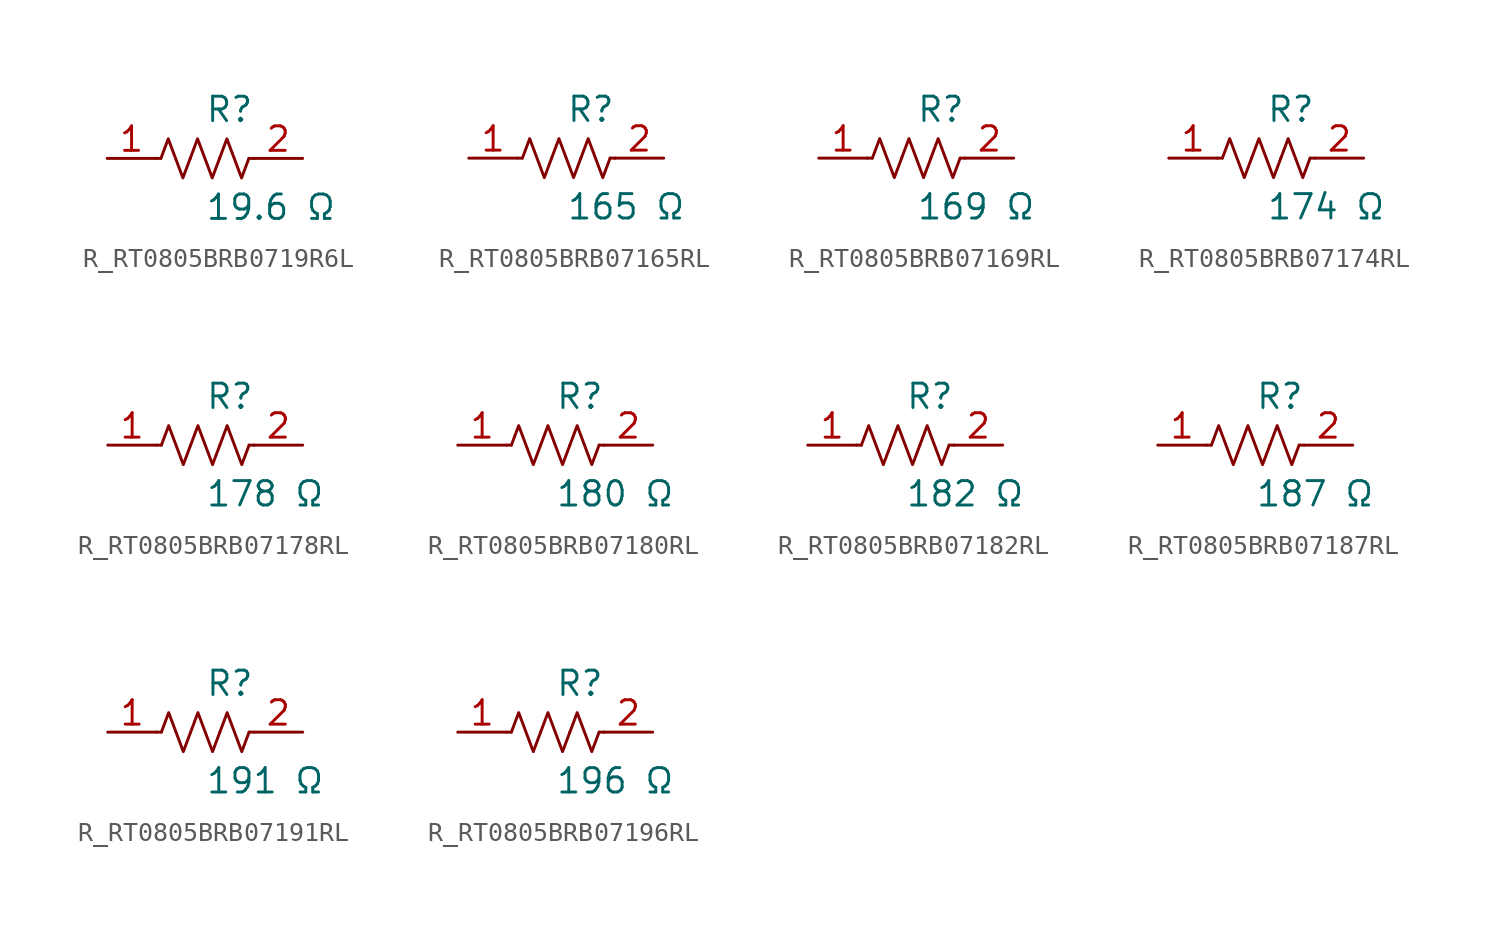
<source format=kicad_sym>
(kicad_symbol_lib
  (version 20231120)
  (generator kicad_symbol_editor)
  (generator_version 8.0)
  (symbol "R_RT0805BRB0719R6L"
    (pin_names
      (offset 0.254))
    (property "Reference" "R"
      (at 0.0 2.54 0)
      (effects (font (size 1.27 1.27)) (justify left)))
    (property "Value" "19.6 Ω"
      (at 0.0 -2.54 0)
      (effects (font (size 1.27 1.27)) (justify left)))
    (symbol "R_RT0805BRB0719R6L_0_1"
      (polyline (pts (xy 2.286 0) (xy 2.54 0)) (stroke (width 0) (type default)) (fill (type none)))
      (polyline (pts (xy -2.286 0) (xy -2.54 0)) (stroke (width 0) (type default)) (fill (type none)))
      (polyline (pts (xy 0.762 0) (xy 1.143 1.016) (xy 1.524 0) (xy 1.905 -1.016) (xy 2.286 0)) (stroke (width 0) (type default)) (fill (type none)))
      (polyline (pts (xy -0.762 0) (xy -0.381 1.016) (xy 0 0) (xy 0.381 -1.016) (xy 0.762 0)) (stroke (width 0) (type default)) (fill (type none)))
      (polyline (pts (xy -2.286 0) (xy -1.905 1.016) (xy -1.524 0) (xy -1.143 -1.016) (xy -0.762 0)) (stroke (width 0) (type default)) (fill (type none))))
    (pin unspecified line
      (at -5.08 0 0)
      (length 2.54)
      (name "" (effects (font (size 1.27 1.27))))
      (number "1" (effects (font (size 1.27 1.27)))))
    (pin unspecified line
      (at 5.08 0 180)
      (length 2.54)
      (name "" (effects (font (size 1.27 1.27))))
      (number "2" (effects (font (size 1.27 1.27))))))
  (symbol "R_RT0805BRB07165RL"
    (pin_names
      (offset 0.254))
    (property "Reference" "R"
      (at 0.0 2.54 0)
      (effects (font (size 1.27 1.27)) (justify left)))
    (property "Value" "165 Ω"
      (at 0.0 -2.54 0)
      (effects (font (size 1.27 1.27)) (justify left)))
    (symbol "R_RT0805BRB07165RL_0_1"
      (polyline (pts (xy 2.286 0) (xy 2.54 0)) (stroke (width 0) (type default)) (fill (type none)))
      (polyline (pts (xy -2.286 0) (xy -2.54 0)) (stroke (width 0) (type default)) (fill (type none)))
      (polyline (pts (xy 0.762 0) (xy 1.143 1.016) (xy 1.524 0) (xy 1.905 -1.016) (xy 2.286 0)) (stroke (width 0) (type default)) (fill (type none)))
      (polyline (pts (xy -0.762 0) (xy -0.381 1.016) (xy 0 0) (xy 0.381 -1.016) (xy 0.762 0)) (stroke (width 0) (type default)) (fill (type none)))
      (polyline (pts (xy -2.286 0) (xy -1.905 1.016) (xy -1.524 0) (xy -1.143 -1.016) (xy -0.762 0)) (stroke (width 0) (type default)) (fill (type none))))
    (pin unspecified line
      (at -5.08 0 0)
      (length 2.54)
      (name "" (effects (font (size 1.27 1.27))))
      (number "1" (effects (font (size 1.27 1.27)))))
    (pin unspecified line
      (at 5.08 0 180)
      (length 2.54)
      (name "" (effects (font (size 1.27 1.27))))
      (number "2" (effects (font (size 1.27 1.27))))))
  (symbol "R_RT0805BRB07169RL"
    (pin_names
      (offset 0.254))
    (property "Reference" "R"
      (at 0.0 2.54 0)
      (effects (font (size 1.27 1.27)) (justify left)))
    (property "Value" "169 Ω"
      (at 0.0 -2.54 0)
      (effects (font (size 1.27 1.27)) (justify left)))
    (symbol "R_RT0805BRB07169RL_0_1"
      (polyline (pts (xy 2.286 0) (xy 2.54 0)) (stroke (width 0) (type default)) (fill (type none)))
      (polyline (pts (xy -2.286 0) (xy -2.54 0)) (stroke (width 0) (type default)) (fill (type none)))
      (polyline (pts (xy 0.762 0) (xy 1.143 1.016) (xy 1.524 0) (xy 1.905 -1.016) (xy 2.286 0)) (stroke (width 0) (type default)) (fill (type none)))
      (polyline (pts (xy -0.762 0) (xy -0.381 1.016) (xy 0 0) (xy 0.381 -1.016) (xy 0.762 0)) (stroke (width 0) (type default)) (fill (type none)))
      (polyline (pts (xy -2.286 0) (xy -1.905 1.016) (xy -1.524 0) (xy -1.143 -1.016) (xy -0.762 0)) (stroke (width 0) (type default)) (fill (type none))))
    (pin unspecified line
      (at -5.08 0 0)
      (length 2.54)
      (name "" (effects (font (size 1.27 1.27))))
      (number "1" (effects (font (size 1.27 1.27)))))
    (pin unspecified line
      (at 5.08 0 180)
      (length 2.54)
      (name "" (effects (font (size 1.27 1.27))))
      (number "2" (effects (font (size 1.27 1.27))))))
  (symbol "R_RT0805BRB07174RL"
    (pin_names
      (offset 0.254))
    (property "Reference" "R"
      (at 0.0 2.54 0)
      (effects (font (size 1.27 1.27)) (justify left)))
    (property "Value" "174 Ω"
      (at 0.0 -2.54 0)
      (effects (font (size 1.27 1.27)) (justify left)))
    (symbol "R_RT0805BRB07174RL_0_1"
      (polyline (pts (xy 2.286 0) (xy 2.54 0)) (stroke (width 0) (type default)) (fill (type none)))
      (polyline (pts (xy -2.286 0) (xy -2.54 0)) (stroke (width 0) (type default)) (fill (type none)))
      (polyline (pts (xy 0.762 0) (xy 1.143 1.016) (xy 1.524 0) (xy 1.905 -1.016) (xy 2.286 0)) (stroke (width 0) (type default)) (fill (type none)))
      (polyline (pts (xy -0.762 0) (xy -0.381 1.016) (xy 0 0) (xy 0.381 -1.016) (xy 0.762 0)) (stroke (width 0) (type default)) (fill (type none)))
      (polyline (pts (xy -2.286 0) (xy -1.905 1.016) (xy -1.524 0) (xy -1.143 -1.016) (xy -0.762 0)) (stroke (width 0) (type default)) (fill (type none))))
    (pin unspecified line
      (at -5.08 0 0)
      (length 2.54)
      (name "" (effects (font (size 1.27 1.27))))
      (number "1" (effects (font (size 1.27 1.27)))))
    (pin unspecified line
      (at 5.08 0 180)
      (length 2.54)
      (name "" (effects (font (size 1.27 1.27))))
      (number "2" (effects (font (size 1.27 1.27))))))
  (symbol "R_RT0805BRB07178RL"
    (pin_names
      (offset 0.254))
    (property "Reference" "R"
      (at 0.0 2.54 0)
      (effects (font (size 1.27 1.27)) (justify left)))
    (property "Value" "178 Ω"
      (at 0.0 -2.54 0)
      (effects (font (size 1.27 1.27)) (justify left)))
    (symbol "R_RT0805BRB07178RL_0_1"
      (polyline (pts (xy 2.286 0) (xy 2.54 0)) (stroke (width 0) (type default)) (fill (type none)))
      (polyline (pts (xy -2.286 0) (xy -2.54 0)) (stroke (width 0) (type default)) (fill (type none)))
      (polyline (pts (xy 0.762 0) (xy 1.143 1.016) (xy 1.524 0) (xy 1.905 -1.016) (xy 2.286 0)) (stroke (width 0) (type default)) (fill (type none)))
      (polyline (pts (xy -0.762 0) (xy -0.381 1.016) (xy 0 0) (xy 0.381 -1.016) (xy 0.762 0)) (stroke (width 0) (type default)) (fill (type none)))
      (polyline (pts (xy -2.286 0) (xy -1.905 1.016) (xy -1.524 0) (xy -1.143 -1.016) (xy -0.762 0)) (stroke (width 0) (type default)) (fill (type none))))
    (pin unspecified line
      (at -5.08 0 0)
      (length 2.54)
      (name "" (effects (font (size 1.27 1.27))))
      (number "1" (effects (font (size 1.27 1.27)))))
    (pin unspecified line
      (at 5.08 0 180)
      (length 2.54)
      (name "" (effects (font (size 1.27 1.27))))
      (number "2" (effects (font (size 1.27 1.27))))))
  (symbol "R_RT0805BRB07180RL"
    (pin_names
      (offset 0.254))
    (property "Reference" "R"
      (at 0.0 2.54 0)
      (effects (font (size 1.27 1.27)) (justify left)))
    (property "Value" "180 Ω"
      (at 0.0 -2.54 0)
      (effects (font (size 1.27 1.27)) (justify left)))
    (symbol "R_RT0805BRB07180RL_0_1"
      (polyline (pts (xy 2.286 0) (xy 2.54 0)) (stroke (width 0) (type default)) (fill (type none)))
      (polyline (pts (xy -2.286 0) (xy -2.54 0)) (stroke (width 0) (type default)) (fill (type none)))
      (polyline (pts (xy 0.762 0) (xy 1.143 1.016) (xy 1.524 0) (xy 1.905 -1.016) (xy 2.286 0)) (stroke (width 0) (type default)) (fill (type none)))
      (polyline (pts (xy -0.762 0) (xy -0.381 1.016) (xy 0 0) (xy 0.381 -1.016) (xy 0.762 0)) (stroke (width 0) (type default)) (fill (type none)))
      (polyline (pts (xy -2.286 0) (xy -1.905 1.016) (xy -1.524 0) (xy -1.143 -1.016) (xy -0.762 0)) (stroke (width 0) (type default)) (fill (type none))))
    (pin unspecified line
      (at -5.08 0 0)
      (length 2.54)
      (name "" (effects (font (size 1.27 1.27))))
      (number "1" (effects (font (size 1.27 1.27)))))
    (pin unspecified line
      (at 5.08 0 180)
      (length 2.54)
      (name "" (effects (font (size 1.27 1.27))))
      (number "2" (effects (font (size 1.27 1.27))))))
  (symbol "R_RT0805BRB07182RL"
    (pin_names
      (offset 0.254))
    (property "Reference" "R"
      (at 0.0 2.54 0)
      (effects (font (size 1.27 1.27)) (justify left)))
    (property "Value" "182 Ω"
      (at 0.0 -2.54 0)
      (effects (font (size 1.27 1.27)) (justify left)))
    (symbol "R_RT0805BRB07182RL_0_1"
      (polyline (pts (xy 2.286 0) (xy 2.54 0)) (stroke (width 0) (type default)) (fill (type none)))
      (polyline (pts (xy -2.286 0) (xy -2.54 0)) (stroke (width 0) (type default)) (fill (type none)))
      (polyline (pts (xy 0.762 0) (xy 1.143 1.016) (xy 1.524 0) (xy 1.905 -1.016) (xy 2.286 0)) (stroke (width 0) (type default)) (fill (type none)))
      (polyline (pts (xy -0.762 0) (xy -0.381 1.016) (xy 0 0) (xy 0.381 -1.016) (xy 0.762 0)) (stroke (width 0) (type default)) (fill (type none)))
      (polyline (pts (xy -2.286 0) (xy -1.905 1.016) (xy -1.524 0) (xy -1.143 -1.016) (xy -0.762 0)) (stroke (width 0) (type default)) (fill (type none))))
    (pin unspecified line
      (at -5.08 0 0)
      (length 2.54)
      (name "" (effects (font (size 1.27 1.27))))
      (number "1" (effects (font (size 1.27 1.27)))))
    (pin unspecified line
      (at 5.08 0 180)
      (length 2.54)
      (name "" (effects (font (size 1.27 1.27))))
      (number "2" (effects (font (size 1.27 1.27))))))
  (symbol "R_RT0805BRB07187RL"
    (pin_names
      (offset 0.254))
    (property "Reference" "R"
      (at 0.0 2.54 0)
      (effects (font (size 1.27 1.27)) (justify left)))
    (property "Value" "187 Ω"
      (at 0.0 -2.54 0)
      (effects (font (size 1.27 1.27)) (justify left)))
    (symbol "R_RT0805BRB07187RL_0_1"
      (polyline (pts (xy 2.286 0) (xy 2.54 0)) (stroke (width 0) (type default)) (fill (type none)))
      (polyline (pts (xy -2.286 0) (xy -2.54 0)) (stroke (width 0) (type default)) (fill (type none)))
      (polyline (pts (xy 0.762 0) (xy 1.143 1.016) (xy 1.524 0) (xy 1.905 -1.016) (xy 2.286 0)) (stroke (width 0) (type default)) (fill (type none)))
      (polyline (pts (xy -0.762 0) (xy -0.381 1.016) (xy 0 0) (xy 0.381 -1.016) (xy 0.762 0)) (stroke (width 0) (type default)) (fill (type none)))
      (polyline (pts (xy -2.286 0) (xy -1.905 1.016) (xy -1.524 0) (xy -1.143 -1.016) (xy -0.762 0)) (stroke (width 0) (type default)) (fill (type none))))
    (pin unspecified line
      (at -5.08 0 0)
      (length 2.54)
      (name "" (effects (font (size 1.27 1.27))))
      (number "1" (effects (font (size 1.27 1.27)))))
    (pin unspecified line
      (at 5.08 0 180)
      (length 2.54)
      (name "" (effects (font (size 1.27 1.27))))
      (number "2" (effects (font (size 1.27 1.27))))))
  (symbol "R_RT0805BRB07191RL"
    (pin_names
      (offset 0.254))
    (property "Reference" "R"
      (at 0.0 2.54 0)
      (effects (font (size 1.27 1.27)) (justify left)))
    (property "Value" "191 Ω"
      (at 0.0 -2.54 0)
      (effects (font (size 1.27 1.27)) (justify left)))
    (symbol "R_RT0805BRB07191RL_0_1"
      (polyline (pts (xy 2.286 0) (xy 2.54 0)) (stroke (width 0) (type default)) (fill (type none)))
      (polyline (pts (xy -2.286 0) (xy -2.54 0)) (stroke (width 0) (type default)) (fill (type none)))
      (polyline (pts (xy 0.762 0) (xy 1.143 1.016) (xy 1.524 0) (xy 1.905 -1.016) (xy 2.286 0)) (stroke (width 0) (type default)) (fill (type none)))
      (polyline (pts (xy -0.762 0) (xy -0.381 1.016) (xy 0 0) (xy 0.381 -1.016) (xy 0.762 0)) (stroke (width 0) (type default)) (fill (type none)))
      (polyline (pts (xy -2.286 0) (xy -1.905 1.016) (xy -1.524 0) (xy -1.143 -1.016) (xy -0.762 0)) (stroke (width 0) (type default)) (fill (type none))))
    (pin unspecified line
      (at -5.08 0 0)
      (length 2.54)
      (name "" (effects (font (size 1.27 1.27))))
      (number "1" (effects (font (size 1.27 1.27)))))
    (pin unspecified line
      (at 5.08 0 180)
      (length 2.54)
      (name "" (effects (font (size 1.27 1.27))))
      (number "2" (effects (font (size 1.27 1.27))))))
  (symbol "R_RT0805BRB07196RL"
    (pin_names
      (offset 0.254))
    (property "Reference" "R"
      (at 0.0 2.54 0)
      (effects (font (size 1.27 1.27)) (justify left)))
    (property "Value" "196 Ω"
      (at 0.0 -2.54 0)
      (effects (font (size 1.27 1.27)) (justify left)))
    (symbol "R_RT0805BRB07196RL_0_1"
      (polyline (pts (xy 2.286 0) (xy 2.54 0)) (stroke (width 0) (type default)) (fill (type none)))
      (polyline (pts (xy -2.286 0) (xy -2.54 0)) (stroke (width 0) (type default)) (fill (type none)))
      (polyline (pts (xy 0.762 0) (xy 1.143 1.016) (xy 1.524 0) (xy 1.905 -1.016) (xy 2.286 0)) (stroke (width 0) (type default)) (fill (type none)))
      (polyline (pts (xy -0.762 0) (xy -0.381 1.016) (xy 0 0) (xy 0.381 -1.016) (xy 0.762 0)) (stroke (width 0) (type default)) (fill (type none)))
      (polyline (pts (xy -2.286 0) (xy -1.905 1.016) (xy -1.524 0) (xy -1.143 -1.016) (xy -0.762 0)) (stroke (width 0) (type default)) (fill (type none))))
    (pin unspecified line
      (at -5.08 0 0)
      (length 2.54)
      (name "" (effects (font (size 1.27 1.27))))
      (number "1" (effects (font (size 1.27 1.27)))))
    (pin unspecified line
      (at 5.08 0 180)
      (length 2.54)
      (name "" (effects (font (size 1.27 1.27))))
      (number "2" (effects (font (size 1.27 1.27)))))))
</source>
